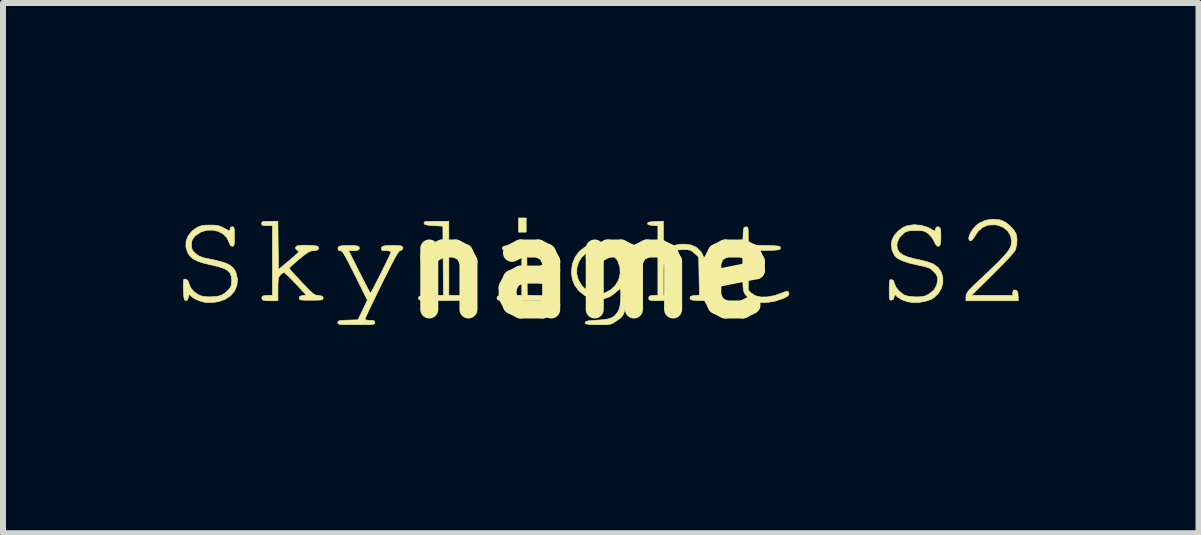
<source format=kicad_pcb>
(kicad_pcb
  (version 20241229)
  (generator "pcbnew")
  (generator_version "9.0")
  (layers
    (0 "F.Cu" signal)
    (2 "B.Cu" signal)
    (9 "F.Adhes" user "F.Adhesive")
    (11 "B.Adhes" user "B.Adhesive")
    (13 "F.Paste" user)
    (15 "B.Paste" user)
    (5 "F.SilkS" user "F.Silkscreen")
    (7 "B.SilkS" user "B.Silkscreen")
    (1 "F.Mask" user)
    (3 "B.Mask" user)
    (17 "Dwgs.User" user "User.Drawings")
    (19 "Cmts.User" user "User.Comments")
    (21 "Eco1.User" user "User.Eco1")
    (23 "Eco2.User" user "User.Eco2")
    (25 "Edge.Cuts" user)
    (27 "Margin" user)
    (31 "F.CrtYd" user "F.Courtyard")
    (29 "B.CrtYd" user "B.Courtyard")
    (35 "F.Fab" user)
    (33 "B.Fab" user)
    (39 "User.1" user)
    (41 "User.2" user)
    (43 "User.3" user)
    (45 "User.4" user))
  (footprint "name"
    (layer "F.Cu")
    (at 6.789 1.418)
    (property "Reference" "name" (at 0 0 0) (layer "F.SilkS") (effects (font (size 1.524 1.524) (thickness 0.3))))
    (attr through_hole)
    (fp_poly (pts (xy -1.07 -0.599) (xy -1.197 -0.599) (xy -1.197 -0.835) (xy -1.07 -0.835) (xy -1.07 -0.599)) (stroke (width 0.01) (type solid)) (fill yes) (layer "F.SilkS"))
    (fp_poly (pts (xy -1.243 -0.377) (xy -1.061 -0.372) (xy -1.056 0.04) (xy -1.052 0.452) (xy -0.857 0.457) (xy -0.771 0.46) (xy -0.715 0.464) (xy -0.682 0.47) (xy -0.667 0.48) (xy -0.662 0.494) (xy -0.662 0.499) (xy -0.664 0.51) (xy -0.67 0.519) (xy -0.687 0.526) (xy -0.717 0.53) (xy -0.766 0.534) (xy -0.837 0.536) (xy -0.934 0.538) (xy -1.063 0.54) (xy -1.103 0.54) (xy -1.243 0.541) (xy -1.351 0.542) (xy -1.431 0.54) (xy -1.487 0.538) (xy -1.523 0.534) (xy -1.544 0.528) (xy -1.553 0.519) (xy -1.553 0.518) (xy -1.558 0.492) (xy -1.547 0.473) (xy -1.514 0.462) (xy -1.455 0.456) (xy -1.365 0.454) (xy -1.342 0.454) (xy -1.143 0.454) (xy -1.143 -0.29) (xy -1.298 -0.29) (xy -1.376 -0.292) (xy -1.426 -0.296) (xy -1.452 -0.305) (xy -1.464 -0.319) (xy -1.466 -0.345) (xy -1.446 -0.363) (xy -1.401 -0.373) (xy -1.327 -0.377) (xy -1.243 -0.377)) (stroke (width 0.01) (type solid)) (fill yes) (layer "F.SilkS"))
    (fp_poly (pts (xy -2.359 0.452) (xy -2.164 0.457) (xy -2.077 0.46) (xy -2.021 0.464) (xy -1.988 0.47) (xy -1.973 0.48) (xy -1.969 0.494) (xy -1.968 0.499) (xy -1.97 0.51) (xy -1.977 0.519) (xy -1.993 0.526) (xy -2.023 0.53) (xy -2.072 0.534) (xy -2.143 0.536) (xy -2.241 0.538) (xy -2.369 0.54) (xy -2.409 0.54) (xy -2.549 0.541) (xy -2.657 0.542) (xy -2.737 0.54) (xy -2.793 0.538) (xy -2.83 0.534) (xy -2.85 0.528) (xy -2.859 0.519) (xy -2.86 0.518) (xy -2.865 0.492) (xy -2.853 0.473) (xy -2.82 0.462) (xy -2.761 0.456) (xy -2.672 0.454) (xy -2.648 0.454) (xy -2.449 0.454) (xy -2.454 -0.122) (xy -2.458 -0.699) (xy -2.612 -0.708) (xy -2.689 -0.713) (xy -2.737 -0.721) (xy -2.762 -0.731) (xy -2.772 -0.747) (xy -2.772 -0.748) (xy -2.772 -0.762) (xy -2.76 -0.771) (xy -2.732 -0.777) (xy -2.681 -0.779) (xy -2.601 -0.78) (xy -2.569 -0.78) (xy -2.359 -0.78) (xy -2.359 0.452)) (stroke (width 0.01) (type solid)) (fill yes) (layer "F.SilkS"))
    (fp_poly (pts (xy 6.822 -0.804) (xy 6.867 -0.79) (xy 6.935 -0.752) (xy 7.004 -0.694) (xy 7.062 -0.627) (xy 7.095 -0.569) (xy 7.11 -0.49) (xy 7.107 -0.4) (xy 7.087 -0.316) (xy 7.078 -0.294) (xy 7.055 -0.263) (xy 7.011 -0.211) (xy 6.948 -0.143) (xy 6.871 -0.062) (xy 6.783 0.028) (xy 6.697 0.114) (xy 6.35 0.454) (xy 7.039 0.454) (xy 7.039 0.408) (xy 7.048 0.372) (xy 7.074 0.363) (xy 7.106 0.375) (xy 7.125 0.414) (xy 7.13 0.482) (xy 7.13 0.544) (xy 6.259 0.544) (xy 6.259 0.476) (xy 6.261 0.454) (xy 6.267 0.432) (xy 6.28 0.408) (xy 6.304 0.376) (xy 6.343 0.335) (xy 6.398 0.281) (xy 6.473 0.209) (xy 6.571 0.117) (xy 6.584 0.104) (xy 6.709 -0.013) (xy 6.808 -0.11) (xy 6.884 -0.191) (xy 6.941 -0.257) (xy 6.981 -0.313) (xy 7.005 -0.361) (xy 7.018 -0.406) (xy 7.021 -0.445) (xy 7.004 -0.537) (xy 6.957 -0.616) (xy 6.885 -0.677) (xy 6.793 -0.714) (xy 6.742 -0.722) (xy 6.63 -0.717) (xy 6.537 -0.68) (xy 6.46 -0.612) (xy 6.42 -0.551) (xy 6.387 -0.5) (xy 6.358 -0.465) (xy 6.341 -0.454) (xy 6.313 -0.466) (xy 6.305 -0.499) (xy 6.316 -0.546) (xy 6.343 -0.602) (xy 6.382 -0.659) (xy 6.431 -0.711) (xy 6.483 -0.751) (xy 6.59 -0.798) (xy 6.707 -0.816) (xy 6.822 -0.804)) (stroke (width 0.01) (type solid)) (fill yes) (layer "F.SilkS"))
    (fp_poly (pts (xy 2.622 -0.679) (xy 2.628 -0.654) (xy 2.63 -0.606) (xy 2.631 -0.537) (xy 2.631 -0.382) (xy 2.898 -0.377) (xy 3.002 -0.375) (xy 3.075 -0.372) (xy 3.122 -0.368) (xy 3.149 -0.362) (xy 3.162 -0.353) (xy 3.166 -0.34) (xy 3.166 -0.336) (xy 3.164 -0.322) (xy 3.155 -0.312) (xy 3.132 -0.305) (xy 3.091 -0.3) (xy 3.027 -0.297) (xy 2.933 -0.295) (xy 2.898 -0.294) (xy 2.631 -0.289) (xy 2.631 0.366) (xy 2.682 0.417) (xy 2.751 0.461) (xy 2.842 0.482) (xy 2.952 0.48) (xy 3.076 0.456) (xy 3.199 0.412) (xy 3.253 0.392) (xy 3.284 0.387) (xy 3.301 0.397) (xy 3.302 0.399) (xy 3.311 0.432) (xy 3.291 0.463) (xy 3.239 0.494) (xy 3.215 0.505) (xy 3.084 0.549) (xy 2.95 0.572) (xy 2.826 0.573) (xy 2.763 0.563) (xy 2.667 0.523) (xy 2.593 0.455) (xy 2.575 0.43) (xy 2.563 0.406) (xy 2.553 0.377) (xy 2.547 0.339) (xy 2.543 0.284) (xy 2.541 0.208) (xy 2.54 0.104) (xy 2.54 0.042) (xy 2.54 -0.288) (xy 2.436 -0.294) (xy 2.376 -0.299) (xy 2.345 -0.307) (xy 2.333 -0.323) (xy 2.331 -0.336) (xy 2.336 -0.357) (xy 2.356 -0.369) (xy 2.399 -0.375) (xy 2.435 -0.377) (xy 2.539 -0.383) (xy 2.544 -0.532) (xy 2.547 -0.605) (xy 2.552 -0.65) (xy 2.561 -0.673) (xy 2.577 -0.683) (xy 2.59 -0.686) (xy 2.61 -0.687) (xy 2.622 -0.679)) (stroke (width 0.01) (type solid)) (fill yes) (layer "F.SilkS"))
    (fp_poly (pts (xy 1.216 -0.251) (xy 1.286 -0.306) (xy 1.357 -0.356) (xy 1.425 -0.385) (xy 1.505 -0.397) (xy 1.564 -0.399) (xy 1.679 -0.385) (xy 1.772 -0.343) (xy 1.842 -0.273) (xy 1.867 -0.23) (xy 1.881 -0.197) (xy 1.891 -0.162) (xy 1.898 -0.119) (xy 1.902 -0.06) (xy 1.904 0.021) (xy 1.905 0.13) (xy 1.905 0.151) (xy 1.905 0.454) (xy 1.976 0.454) (xy 2.031 0.462) (xy 2.059 0.485) (xy 2.054 0.52) (xy 2.052 0.524) (xy 2.03 0.535) (xy 1.979 0.54) (xy 1.896 0.541) (xy 1.849 0.54) (xy 1.764 0.538) (xy 1.71 0.534) (xy 1.678 0.527) (xy 1.664 0.517) (xy 1.66 0.502) (xy 1.66 0.499) (xy 1.667 0.475) (xy 1.692 0.463) (xy 1.738 0.457) (xy 1.817 0.451) (xy 1.811 0.134) (xy 1.805 -0.184) (xy 1.737 -0.246) (xy 1.696 -0.281) (xy 1.66 -0.299) (xy 1.614 -0.307) (xy 1.554 -0.308) (xy 1.484 -0.306) (xy 1.434 -0.295) (xy 1.388 -0.271) (xy 1.366 -0.256) (xy 1.312 -0.215) (xy 1.273 -0.179) (xy 1.246 -0.141) (xy 1.229 -0.094) (xy 1.22 -0.032) (xy 1.216 0.053) (xy 1.216 0.167) (xy 1.216 0.451) (xy 1.293 0.457) (xy 1.342 0.464) (xy 1.365 0.478) (xy 1.37 0.499) (xy 1.367 0.515) (xy 1.355 0.526) (xy 1.328 0.533) (xy 1.278 0.537) (xy 1.199 0.54) (xy 1.177 0.54) (xy 1.084 0.542) (xy 1.023 0.539) (xy 0.988 0.532) (xy 0.975 0.522) (xy 0.973 0.482) (xy 1.002 0.46) (xy 1.054 0.454) (xy 1.125 0.454) (xy 1.125 -0.706) (xy 1.039 -0.711) (xy 0.982 -0.719) (xy 0.956 -0.733) (xy 0.953 -0.744) (xy 0.961 -0.759) (xy 0.99 -0.769) (xy 1.045 -0.774) (xy 1.084 -0.776) (xy 1.216 -0.782) (xy 1.216 -0.251)) (stroke (width 0.01) (type solid)) (fill yes) (layer "F.SilkS"))
    (fp_poly (pts (xy -5.203 -0.378) (xy -5.198 0.024) (xy -5.018 -0.127) (xy -4.945 -0.189) (xy -4.897 -0.233) (xy -4.87 -0.261) (xy -4.862 -0.278) (xy -4.868 -0.288) (xy -4.878 -0.293) (xy -4.91 -0.317) (xy -4.914 -0.346) (xy -4.889 -0.37) (xy -4.888 -0.37) (xy -4.85 -0.377) (xy -4.791 -0.381) (xy -4.721 -0.381) (xy -4.65 -0.378) (xy -4.59 -0.373) (xy -4.55 -0.365) (xy -4.541 -0.361) (xy -4.525 -0.33) (xy -4.542 -0.305) (xy -4.586 -0.292) (xy -4.611 -0.29) (xy -4.645 -0.288) (xy -4.679 -0.277) (xy -4.718 -0.254) (xy -4.771 -0.216) (xy -4.843 -0.158) (xy -4.853 -0.15) (xy -4.918 -0.095) (xy -4.971 -0.047) (xy -5.007 -0.013) (xy -5.02 0.004) (xy -5.02 0.004) (xy -5.007 0.021) (xy -4.973 0.06) (xy -4.923 0.116) (xy -4.86 0.183) (xy -4.812 0.235) (xy -4.735 0.315) (xy -4.678 0.373) (xy -4.636 0.412) (xy -4.604 0.437) (xy -4.576 0.45) (xy -4.548 0.455) (xy -4.531 0.457) (xy -4.481 0.464) (xy -4.459 0.478) (xy -4.454 0.499) (xy -4.456 0.515) (xy -4.467 0.525) (xy -4.494 0.531) (xy -4.541 0.534) (xy -4.616 0.535) (xy -4.654 0.535) (xy -4.741 0.535) (xy -4.798 0.533) (xy -4.832 0.528) (xy -4.848 0.519) (xy -4.853 0.506) (xy -4.853 0.499) (xy -4.844 0.472) (xy -4.81 0.459) (xy -4.794 0.457) (xy -4.734 0.451) (xy -4.909 0.262) (xy -4.974 0.194) (xy -5.03 0.137) (xy -5.075 0.095) (xy -5.102 0.074) (xy -5.106 0.073) (xy -5.133 0.085) (xy -5.167 0.114) (xy -5.168 0.115) (xy -5.185 0.137) (xy -5.197 0.164) (xy -5.203 0.204) (xy -5.206 0.264) (xy -5.207 0.35) (xy -5.207 0.544) (xy -5.335 0.544) (xy -5.408 0.542) (xy -5.451 0.535) (xy -5.471 0.521) (xy -5.472 0.518) (xy -5.475 0.482) (xy -5.447 0.461) (xy -5.388 0.454) (xy -5.378 0.454) (xy -5.298 0.454) (xy -5.298 -0.708) (xy -5.388 -0.708) (xy -5.443 -0.709) (xy -5.47 -0.718) (xy -5.479 -0.735) (xy -5.479 -0.744) (xy -5.476 -0.762) (xy -5.461 -0.773) (xy -5.428 -0.779) (xy -5.367 -0.78) (xy -5.343 -0.78) (xy -5.208 -0.78) (xy -5.203 -0.378)) (stroke (width 0.01) (type solid)) (fill yes) (layer "F.SilkS"))
    (fp_poly (pts (xy 0.267 -0.378) (xy 0.362 -0.339) (xy 0.434 -0.284) (xy 0.473 -0.246) (xy 0.496 -0.241) (xy 0.506 -0.268) (xy 0.508 -0.308) (xy 0.508 -0.381) (xy 0.622 -0.381) (xy 0.705 -0.376) (xy 0.755 -0.36) (xy 0.771 -0.332) (xy 0.768 -0.315) (xy 0.742 -0.297) (xy 0.687 -0.29) (xy 0.68 -0.29) (xy 0.601 -0.29) (xy 0.595 0.204) (xy 0.593 0.363) (xy 0.59 0.491) (xy 0.586 0.591) (xy 0.578 0.668) (xy 0.566 0.727) (xy 0.549 0.771) (xy 0.526 0.806) (xy 0.496 0.836) (xy 0.457 0.865) (xy 0.428 0.884) (xy 0.389 0.91) (xy 0.355 0.927) (xy 0.319 0.937) (xy 0.271 0.942) (xy 0.201 0.943) (xy 0.135 0.943) (xy 0.048 0.942) (xy -0.021 0.938) (xy -0.067 0.931) (xy -0.082 0.925) (xy -0.088 0.905) (xy -0.074 0.89) (xy -0.035 0.879) (xy 0.032 0.872) (xy 0.113 0.867) (xy 0.225 0.859) (xy 0.309 0.844) (xy 0.37 0.82) (xy 0.417 0.783) (xy 0.455 0.732) (xy 0.455 0.732) (xy 0.478 0.687) (xy 0.493 0.633) (xy 0.501 0.561) (xy 0.505 0.504) (xy 0.507 0.434) (xy 0.505 0.379) (xy 0.5 0.349) (xy 0.497 0.345) (xy 0.476 0.358) (xy 0.44 0.388) (xy 0.417 0.41) (xy 0.328 0.475) (xy 0.225 0.512) (xy 0.114 0.52) (xy 0.003 0.5) (xy -0.101 0.452) (xy -0.192 0.378) (xy -0.199 0.37) (xy -0.264 0.28) (xy -0.301 0.185) (xy -0.313 0.091) (xy -0.228 0.091) (xy -0.203 0.19) (xy -0.149 0.283) (xy -0.117 0.32) (xy -0.024 0.392) (xy 0.075 0.429) (xy 0.179 0.429) (xy 0.238 0.415) (xy 0.339 0.363) (xy 0.417 0.288) (xy 0.471 0.196) (xy 0.496 0.094) (xy 0.492 -0.013) (xy 0.456 -0.118) (xy 0.447 -0.133) (xy 0.376 -0.222) (xy 0.286 -0.28) (xy 0.178 -0.307) (xy 0.136 -0.308) (xy 0.026 -0.293) (xy -0.067 -0.249) (xy -0.142 -0.184) (xy -0.195 -0.102) (xy -0.224 -0.008) (xy -0.228 0.091) (xy -0.313 0.091) (xy -0.315 0.073) (xy -0.315 0.054) (xy -0.3 -0.073) (xy -0.253 -0.187) (xy -0.18 -0.283) (xy -0.083 -0.355) (xy -0.043 -0.374) (xy 0.053 -0.398) (xy 0.16 -0.399) (xy 0.267 -0.378)) (stroke (width 0.01) (type solid)) (fill yes) (layer "F.SilkS"))
    (fp_poly (pts (xy -3.185 -0.374) (xy -3.147 -0.367) (xy -3.141 -0.365) (xy -3.124 -0.338) (xy -3.134 -0.309) (xy -3.162 -0.291) (xy -3.171 -0.29) (xy -3.184 -0.283) (xy -3.203 -0.26) (xy -3.23 -0.218) (xy -3.266 -0.155) (xy -3.312 -0.068) (xy -3.369 0.046) (xy -3.441 0.188) (xy -3.48 0.269) (xy -3.545 0.401) (xy -3.604 0.523) (xy -3.657 0.632) (xy -3.7 0.722) (xy -3.732 0.792) (xy -3.751 0.835) (xy -3.756 0.849) (xy -3.739 0.864) (xy -3.691 0.871) (xy -3.674 0.871) (xy -3.623 0.873) (xy -3.599 0.883) (xy -3.592 0.905) (xy -3.592 0.907) (xy -3.594 0.92) (xy -3.602 0.93) (xy -3.622 0.936) (xy -3.659 0.94) (xy -3.717 0.942) (xy -3.803 0.943) (xy -3.901 0.943) (xy -4.013 0.943) (xy -4.094 0.942) (xy -4.149 0.94) (xy -4.183 0.936) (xy -4.201 0.929) (xy -4.208 0.919) (xy -4.209 0.908) (xy -4.206 0.891) (xy -4.192 0.88) (xy -4.161 0.873) (xy -4.105 0.869) (xy -4.041 0.867) (xy -3.873 0.862) (xy -3.795 0.699) (xy -3.716 0.535) (xy -3.921 0.122) (xy -3.985 -0.005) (xy -4.036 -0.104) (xy -4.075 -0.178) (xy -4.105 -0.229) (xy -4.128 -0.263) (xy -4.146 -0.282) (xy -4.161 -0.289) (xy -4.169 -0.29) (xy -4.201 -0.298) (xy -4.207 -0.326) (xy -4.206 -0.331) (xy -4.201 -0.351) (xy -4.187 -0.363) (xy -4.156 -0.371) (xy -4.103 -0.375) (xy -4.046 -0.377) (xy -3.951 -0.377) (xy -3.889 -0.37) (xy -3.856 -0.355) (xy -3.849 -0.331) (xy -3.852 -0.319) (xy -3.874 -0.299) (xy -3.922 -0.291) (xy -3.945 -0.29) (xy -4.028 -0.29) (xy -3.851 0.064) (xy -3.799 0.167) (xy -3.752 0.258) (xy -3.713 0.333) (xy -3.684 0.387) (xy -3.667 0.415) (xy -3.665 0.417) (xy -3.654 0.402) (xy -3.631 0.36) (xy -3.597 0.296) (xy -3.557 0.218) (xy -3.512 0.13) (xy -3.466 0.038) (xy -3.422 -0.052) (xy -3.382 -0.133) (xy -3.35 -0.201) (xy -3.329 -0.249) (xy -3.32 -0.272) (xy -3.32 -0.272) (xy -3.336 -0.283) (xy -3.378 -0.289) (xy -3.403 -0.29) (xy -3.454 -0.292) (xy -3.477 -0.3) (xy -3.481 -0.32) (xy -3.48 -0.331) (xy -3.475 -0.351) (xy -3.461 -0.363) (xy -3.431 -0.371) (xy -3.377 -0.375) (xy -3.32 -0.377) (xy -3.246 -0.377) (xy -3.185 -0.374)) (stroke (width 0.01) (type solid)) (fill yes) (layer "F.SilkS"))
    (fp_poly (pts (xy 5.51 -0.713) (xy 5.619 -0.681) (xy 5.653 -0.664) (xy 5.707 -0.634) (xy 5.736 -0.621) (xy 5.749 -0.624) (xy 5.751 -0.641) (xy 5.751 -0.653) (xy 5.764 -0.681) (xy 5.793 -0.69) (xy 5.821 -0.676) (xy 5.831 -0.661) (xy 5.838 -0.623) (xy 5.841 -0.564) (xy 5.841 -0.496) (xy 5.838 -0.435) (xy 5.832 -0.394) (xy 5.831 -0.392) (xy 5.809 -0.364) (xy 5.78 -0.367) (xy 5.751 -0.399) (xy 5.733 -0.438) (xy 5.693 -0.509) (xy 5.636 -0.57) (xy 5.598 -0.598) (xy 5.563 -0.615) (xy 5.52 -0.623) (xy 5.456 -0.626) (xy 5.424 -0.626) (xy 5.345 -0.624) (xy 5.292 -0.617) (xy 5.253 -0.602) (xy 5.232 -0.589) (xy 5.156 -0.515) (xy 5.115 -0.436) (xy 5.108 -0.382) (xy 5.117 -0.318) (xy 5.147 -0.267) (xy 5.2 -0.224) (xy 5.282 -0.188) (xy 5.394 -0.157) (xy 5.459 -0.143) (xy 5.545 -0.123) (xy 5.629 -0.1) (xy 5.695 -0.077) (xy 5.715 -0.068) (xy 5.794 -0.011) (xy 5.847 0.064) (xy 5.873 0.151) (xy 5.874 0.244) (xy 5.85 0.335) (xy 5.801 0.42) (xy 5.728 0.491) (xy 5.678 0.521) (xy 5.593 0.551) (xy 5.49 0.57) (xy 5.384 0.574) (xy 5.293 0.562) (xy 5.201 0.531) (xy 5.128 0.49) (xy 5.097 0.461) (xy 5.078 0.443) (xy 5.068 0.452) (xy 5.062 0.482) (xy 5.046 0.523) (xy 5.016 0.535) (xy 5 0.533) (xy 4.989 0.52) (xy 4.983 0.491) (xy 4.981 0.439) (xy 4.98 0.363) (xy 4.981 0.283) (xy 4.983 0.232) (xy 4.99 0.204) (xy 5 0.193) (xy 5.016 0.191) (xy 5.045 0.203) (xy 5.062 0.243) (xy 5.064 0.251) (xy 5.092 0.317) (xy 5.146 0.383) (xy 5.216 0.439) (xy 5.234 0.45) (xy 5.299 0.47) (xy 5.395 0.479) (xy 5.425 0.48) (xy 5.503 0.478) (xy 5.559 0.47) (xy 5.607 0.452) (xy 5.645 0.431) (xy 5.724 0.367) (xy 5.772 0.285) (xy 5.788 0.19) (xy 5.781 0.141) (xy 5.758 0.097) (xy 5.72 0.055) (xy 5.686 0.024) (xy 5.652 0.002) (xy 5.609 -0.015) (xy 5.548 -0.031) (xy 5.46 -0.05) (xy 5.459 -0.05) (xy 5.313 -0.084) (xy 5.198 -0.123) (xy 5.116 -0.164) (xy 5.07 -0.206) (xy 5.028 -0.295) (xy 5.016 -0.394) (xy 5.026 -0.465) (xy 5.064 -0.543) (xy 5.127 -0.616) (xy 5.206 -0.675) (xy 5.282 -0.708) (xy 5.393 -0.723) (xy 5.51 -0.713)) (stroke (width 0.01) (type solid)) (fill yes) (layer "F.SilkS"))
    (fp_poly (pts (xy -6.261 -0.715) (xy -6.203 -0.707) (xy -6.155 -0.691) (xy -6.107 -0.667) (xy -6.052 -0.636) (xy -6.022 -0.622) (xy -6.008 -0.623) (xy -6.005 -0.639) (xy -6.005 -0.653) (xy -5.992 -0.683) (xy -5.969 -0.689) (xy -5.952 -0.687) (xy -5.941 -0.674) (xy -5.935 -0.644) (xy -5.933 -0.591) (xy -5.933 -0.526) (xy -5.933 -0.449) (xy -5.936 -0.4) (xy -5.943 -0.375) (xy -5.955 -0.364) (xy -5.968 -0.363) (xy -5.997 -0.375) (xy -6.017 -0.415) (xy -6.023 -0.432) (xy -6.061 -0.512) (xy -6.125 -0.573) (xy -6.206 -0.614) (xy -6.298 -0.633) (xy -6.393 -0.631) (xy -6.485 -0.604) (xy -6.567 -0.553) (xy -6.587 -0.534) (xy -6.627 -0.487) (xy -6.645 -0.443) (xy -6.649 -0.388) (xy -6.645 -0.333) (xy -6.628 -0.293) (xy -6.59 -0.251) (xy -6.583 -0.245) (xy -6.52 -0.199) (xy -6.442 -0.171) (xy -6.411 -0.165) (xy -6.267 -0.135) (xy -6.154 -0.107) (xy -6.068 -0.079) (xy -6.005 -0.047) (xy -5.959 -0.009) (xy -5.926 0.035) (xy -5.905 0.08) (xy -5.881 0.187) (xy -5.891 0.289) (xy -5.93 0.381) (xy -5.996 0.459) (xy -6.086 0.52) (xy -6.197 0.559) (xy -6.281 0.571) (xy -6.347 0.574) (xy -6.403 0.573) (xy -6.432 0.569) (xy -6.524 0.542) (xy -6.59 0.513) (xy -6.639 0.479) (xy -6.69 0.436) (xy -6.701 0.491) (xy -6.716 0.532) (xy -6.741 0.541) (xy -6.744 0.541) (xy -6.759 0.533) (xy -6.769 0.513) (xy -6.776 0.474) (xy -6.78 0.41) (xy -6.782 0.357) (xy -6.784 0.275) (xy -6.783 0.224) (xy -6.779 0.196) (xy -6.769 0.184) (xy -6.753 0.184) (xy -6.746 0.185) (xy -6.711 0.203) (xy -6.694 0.245) (xy -6.661 0.331) (xy -6.598 0.401) (xy -6.545 0.436) (xy -6.494 0.461) (xy -6.441 0.474) (xy -6.371 0.479) (xy -6.332 0.479) (xy -6.232 0.474) (xy -6.156 0.455) (xy -6.092 0.418) (xy -6.032 0.363) (xy -5.999 0.322) (xy -5.983 0.281) (xy -5.978 0.222) (xy -5.978 0.209) (xy -5.984 0.139) (xy -6.005 0.084) (xy -6.046 0.04) (xy -6.109 0.005) (xy -6.201 -0.026) (xy -6.324 -0.054) (xy -6.327 -0.055) (xy -6.455 -0.085) (xy -6.552 -0.118) (xy -6.623 -0.156) (xy -6.675 -0.202) (xy -6.709 -0.254) (xy -6.741 -0.351) (xy -6.738 -0.447) (xy -6.703 -0.538) (xy -6.638 -0.618) (xy -6.571 -0.667) (xy -6.521 -0.693) (xy -6.474 -0.708) (xy -6.417 -0.715) (xy -6.341 -0.717) (xy -6.261 -0.715)) (stroke (width 0.01) (type solid)) (fill yes) (layer "F.SilkS")))
  (gr_rect
    (start -3 -3)
    (end 16.924 5.836)
    (stroke (width 0.1) (type default))
    (fill no)
    (layer "Edge.Cuts")))
</source>
